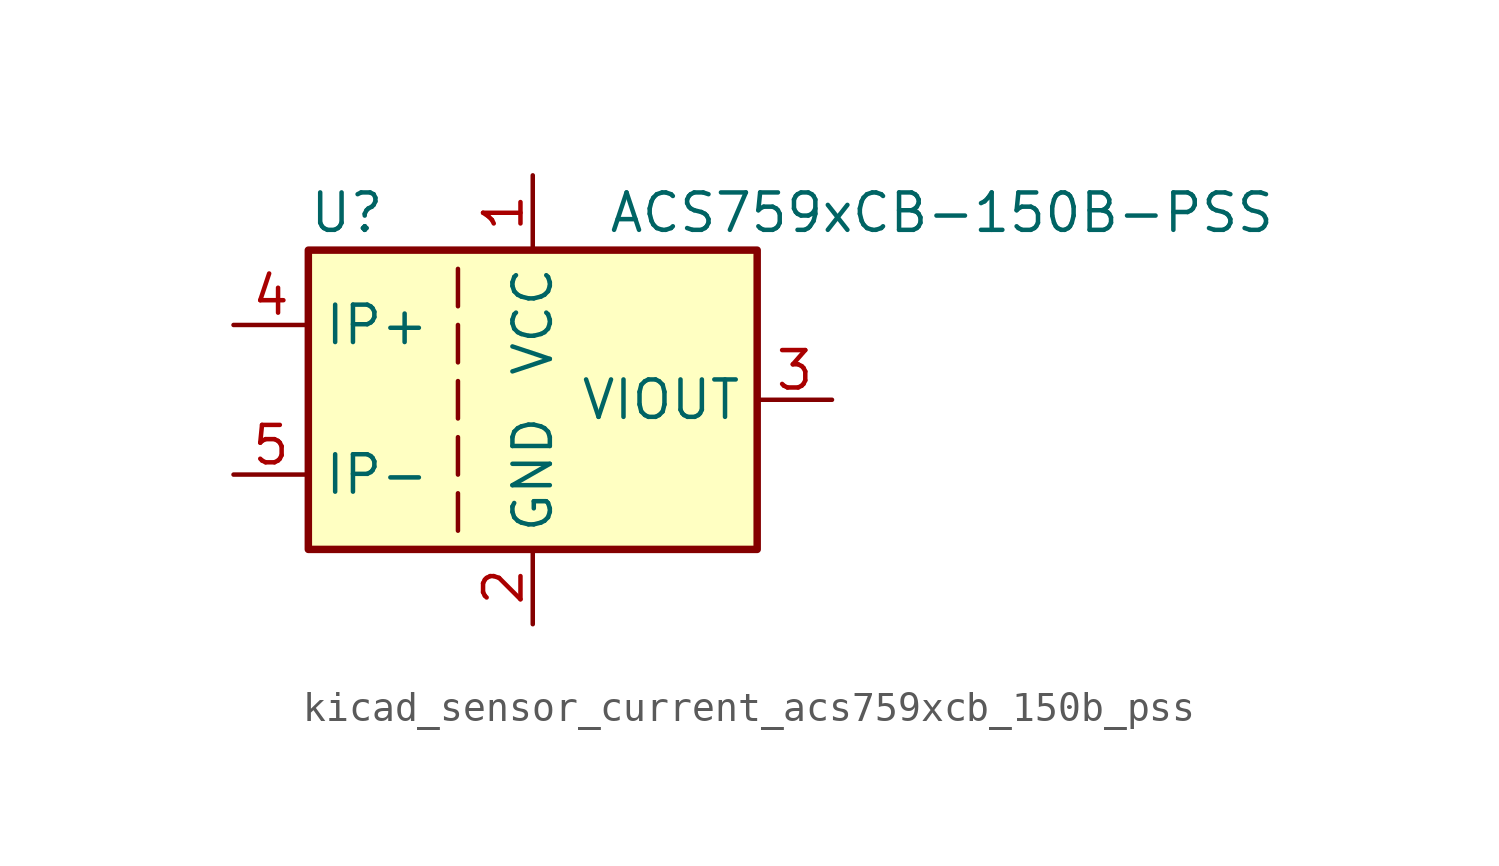
<source format=kicad_sym>
(kicad_symbol_lib
  (version 20220914)
  (generator kicad_symbol_editor)
  (symbol "kicad_sensor_current_acs759xcb_150b_pss"
    (property "Reference" "U"
      (at -7.62 6.35 0)
      (effects (font (size 1.27 1.27)) (justify left)))
    (property "Value" "ACS759xCB-150B-PSS"
      (at 2.54 6.35 0)
      (effects (font (size 1.27 1.27)) (justify left)))
    (symbol "kicad_sensor_current_acs759xcb_150b_pss_0_1"
      (rectangle (start -7.62 5.08) (end 7.62 -5.08) (stroke (width 0.254) (type default)) (fill (type background)))
      (polyline (pts (xy -2.54 -3.175) (xy -2.54 -4.445)) (stroke (width 0) (type default)) (fill (type none)))
      (polyline (pts (xy -2.54 -1.27) (xy -2.54 -2.54)) (stroke (width 0) (type default)) (fill (type none)))
      (polyline (pts (xy -2.54 0.635) (xy -2.54 -0.635)) (stroke (width 0) (type default)) (fill (type none)))
      (polyline (pts (xy -2.54 1.27) (xy -2.54 2.54)) (stroke (width 0) (type default)) (fill (type none)))
      (polyline (pts (xy -2.54 3.175) (xy -2.54 4.445)) (stroke (width 0) (type default)) (fill (type none))))
    (symbol "kicad_sensor_current_acs759xcb_150b_pss_1_1"
      (pin power_in line (at 0 7.62 270) (length 2.54) (name "VCC" (effects (font (size 1.27 1.27)))) (number "1" (effects (font (size 1.27 1.27)))))
      (pin power_in line (at 0 -7.62 90) (length 2.54) (name "GND" (effects (font (size 1.27 1.27)))) (number "2" (effects (font (size 1.27 1.27)))))
      (pin output line (at 10.16 0 180) (length 2.54) (name "VIOUT" (effects (font (size 1.27 1.27)))) (number "3" (effects (font (size 1.27 1.27)))))
      (pin passive line (at -10.16 2.54 0) (length 2.54) (name "IP+" (effects (font (size 1.27 1.27)))) (number "4" (effects (font (size 1.27 1.27)))))
      (pin passive line (at -10.16 -2.54 0) (length 2.54) (name "IP-" (effects (font (size 1.27 1.27)))) (number "5" (effects (font (size 1.27 1.27))))))))
</source>
